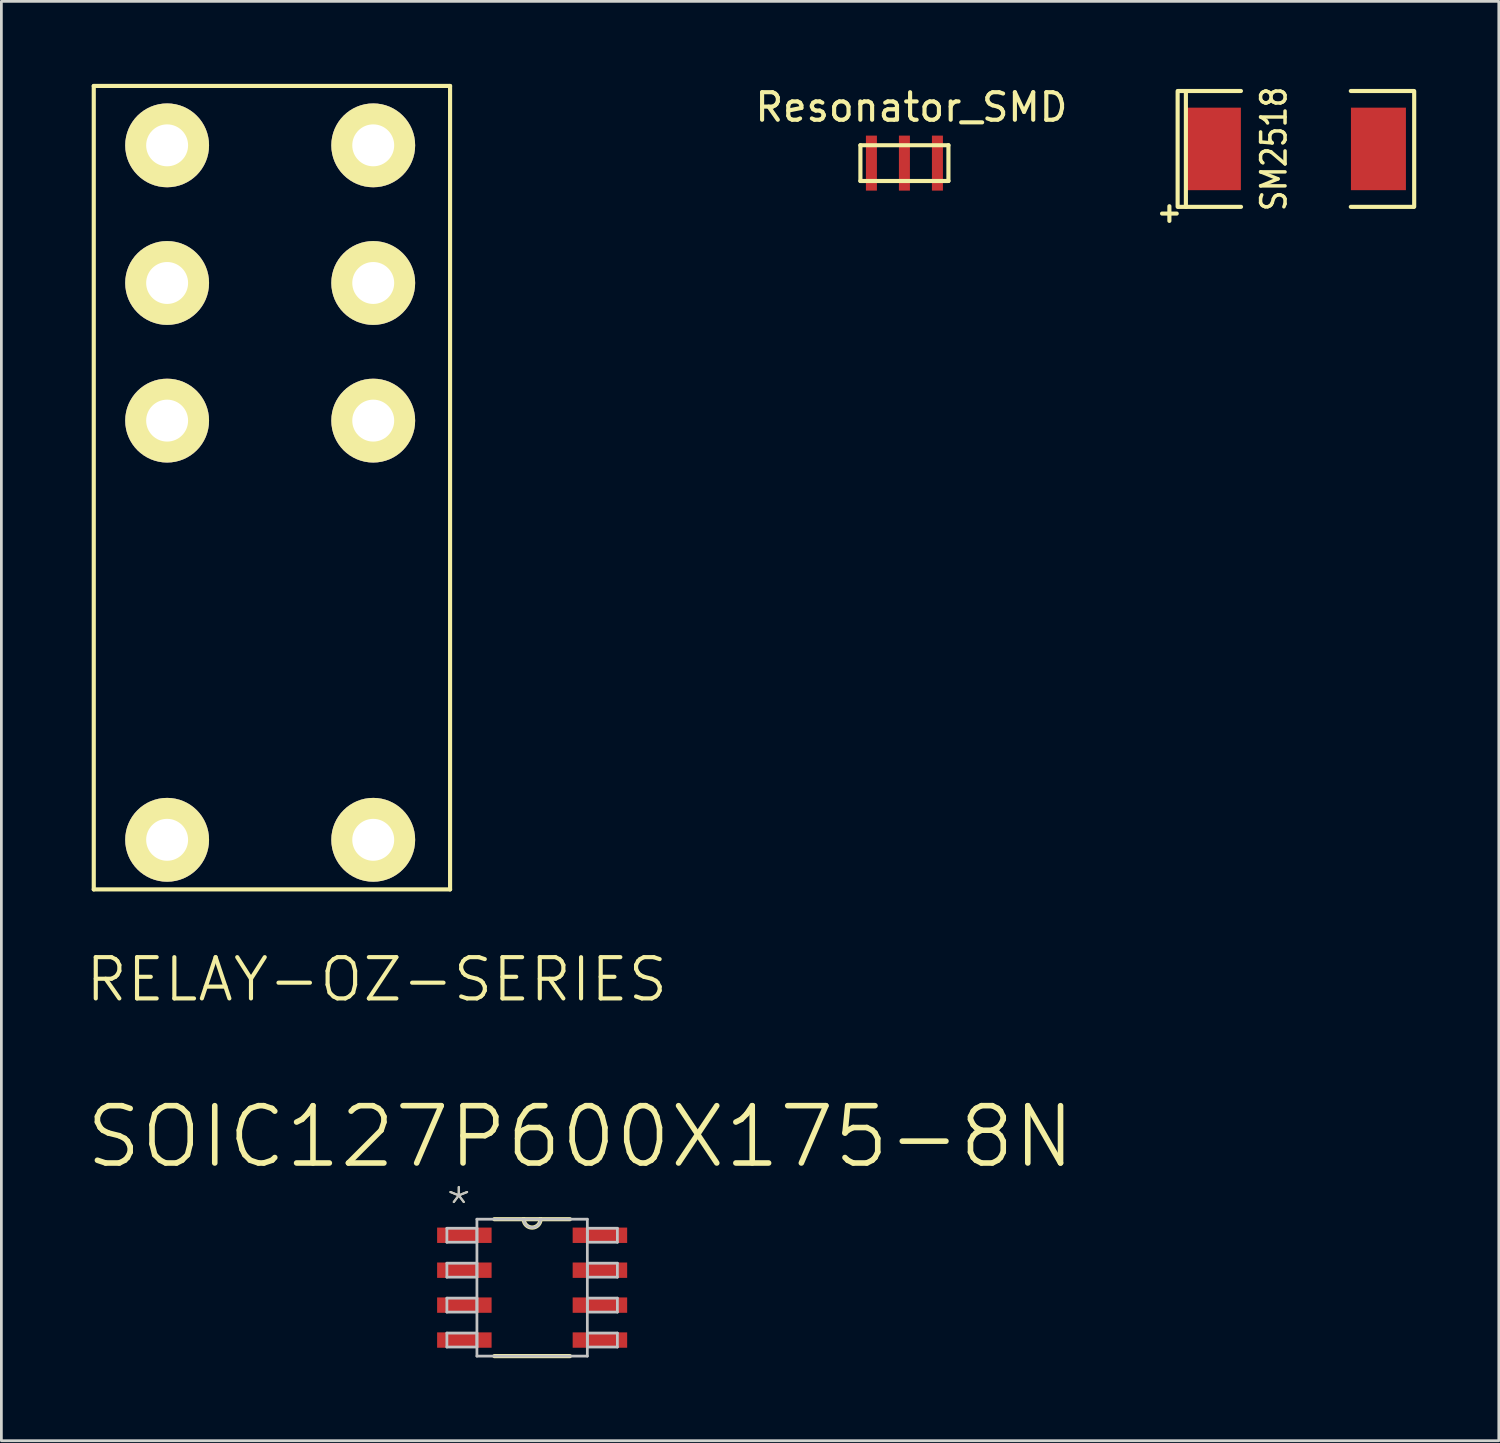
<source format=kicad_pcb>
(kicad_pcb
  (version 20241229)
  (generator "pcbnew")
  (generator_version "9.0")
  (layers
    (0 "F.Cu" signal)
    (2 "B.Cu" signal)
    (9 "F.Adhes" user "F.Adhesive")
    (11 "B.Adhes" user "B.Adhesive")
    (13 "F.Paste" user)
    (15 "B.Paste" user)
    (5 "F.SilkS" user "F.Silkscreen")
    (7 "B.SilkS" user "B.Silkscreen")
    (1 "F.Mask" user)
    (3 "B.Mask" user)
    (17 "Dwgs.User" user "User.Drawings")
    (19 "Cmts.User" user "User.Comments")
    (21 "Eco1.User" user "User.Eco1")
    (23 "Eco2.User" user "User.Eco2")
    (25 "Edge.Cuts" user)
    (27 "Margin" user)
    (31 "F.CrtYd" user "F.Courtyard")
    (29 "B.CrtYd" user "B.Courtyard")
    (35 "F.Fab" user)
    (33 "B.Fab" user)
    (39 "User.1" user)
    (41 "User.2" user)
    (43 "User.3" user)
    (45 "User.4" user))
  (footprint "Resonator_SMD"
    (layer "F.Cu")
    (at 29.831 2.88)
    (property "Reference" "Resonator_SMD" (at 0.254 -2.032 0) (layer "F.SilkS") (effects (font (size 1 1) (thickness 0.15))))
    (attr through_hole)
    (fp_line (start -1.6 -0.65) (end -1.6 0.65) (stroke (width 0.15) (type solid)) (layer "F.SilkS"))
    (fp_line (start -1.6 0.65) (end 1.6 0.65) (stroke (width 0.15) (type solid)) (layer "F.SilkS"))
    (fp_line (start 1.6 -0.65) (end -1.6 -0.65) (stroke (width 0.15) (type solid)) (layer "F.SilkS"))
    (fp_line (start 1.6 0.65) (end 1.6 -0.65) (stroke (width 0.15) (type solid)) (layer "F.SilkS"))
    (pad "1" smd rect (at -1.2 0) (size 0.4 2) (layers "F.Cu" "F.Mask" "F.Paste"))
    (pad "2" smd rect (at 0 0) (size 0.4 2) (layers "F.Cu" "F.Mask" "F.Paste"))
    (pad "3" smd rect (at 1.2 0) (size 0.4 2) (layers "F.Cu" "F.Mask" "F.Paste")))
  (footprint "RELAY-OZ-SERIES"
    (layer "F.Cu")
    (at 3.026 27.482)
    (property "Reference" "RELAY-OZ-SERIES" (at 7.62 5.08 0) (layer "F.SilkS") (effects (font (size 1.5 1.5) (thickness 0.15))))
    (attr through_hole)
    (fp_line (start -2.667 -27.407) (end 10.287 -27.407) (stroke (width 0.15) (type solid)) (layer "F.SilkS"))
    (fp_line (start -2.667 1.803) (end -2.667 -27.407) (stroke (width 0.15) (type solid)) (layer "F.SilkS"))
    (fp_line (start 10.287 -27.407) (end 10.287 1.803) (stroke (width 0.15) (type solid)) (layer "F.SilkS"))
    (fp_line (start 10.287 1.803) (end -2.667 1.803) (stroke (width 0.15) (type solid)) (layer "F.SilkS"))
    (pad "1" thru_hole circle (at 0 -25.248) (size 3.048 3.048) (drill 1.524) (layers "*.Cu" "*.Mask" "F.SilkS"))
    (pad "2" thru_hole circle (at 0 -20.244) (size 3.048 3.048) (drill 1.524) (layers "*.Cu" "*.Mask" "F.SilkS"))
    (pad "3" thru_hole circle (at 0 -15.24) (size 3.048 3.048) (drill 1.524) (layers "*.Cu" "*.Mask" "F.SilkS"))
    (pad "6" thru_hole circle (at 0 0) (size 3.048 3.048) (drill 1.524) (layers "*.Cu" "*.Mask" "F.SilkS"))
    (pad "7" thru_hole circle (at 7.493 0) (size 3.048 3.048) (drill 1.524) (layers "*.Cu" "*.Mask" "F.SilkS"))
    (pad "10" thru_hole circle (at 7.493 -15.24) (size 3.048 3.048) (drill 1.524) (layers "*.Cu" "*.Mask" "F.SilkS"))
    (pad "11" thru_hole circle (at 7.493 -20.244) (size 3.048 3.048) (drill 1.524) (layers "*.Cu" "*.Mask" "F.SilkS"))
    (pad "12" thru_hole circle (at 7.493 -25.248) (size 3.048 3.048) (drill 1.524) (layers "*.Cu" "*.Mask" "F.SilkS")))
  (footprint "SM2518"
    (layer "F.Cu")
    (at 44.064 2.364)
    (property "Reference" "SM2518" (at -0.8 0 90) (layer "F.SilkS") (effects (font (size 0.889 0.762) (thickness 0.127))))
    (attr smd)
    (fp_line (start -4.3 -2.101) (end -4.3 2.101) (stroke (width 0.15) (type solid)) (layer "F.SilkS"))
    (fp_line (start -4.282 2.106) (end -1.996 2.106) (stroke (width 0.15) (type solid)) (layer "F.SilkS"))
    (fp_line (start -4 -2.101) (end -4 2.101) (stroke (width 0.15) (type solid)) (layer "F.SilkS"))
    (fp_line (start -1.999 -2.106) (end -4.285 -2.106) (stroke (width 0.15) (type solid)) (layer "F.SilkS"))
    (fp_line (start 1.996 2.106) (end 4.282 2.106) (stroke (width 0.15) (type solid)) (layer "F.SilkS"))
    (fp_line (start 4.282 -2.106) (end 1.996 -2.106) (stroke (width 0.15) (type solid)) (layer "F.SilkS"))
    (fp_line (start 4.3 -2.101) (end 4.3 2.101) (stroke (width 0.15) (type solid)) (layer "F.SilkS"))
    (fp_text user "+" (at -4.6 2.301 0) (layer "F.SilkS") (effects (font (size 0.7 0.7) (thickness 0.15))))
    (pad "1" smd rect (at -3 0) (size 1.999 3) (layers "F.Cu" "F.Mask" "F.Paste"))
    (pad "2" smd rect (at 3 0) (size 1.999 3) (layers "F.Cu" "F.Mask" "F.Paste")))
  (footprint "SOIC127P600X175-8N"
    (layer "F.Cu")
    (at 16.296 43.764)
    (property "Reference" "SOIC127P600X175-8N" (at 1.753 -5.486 0) (layer "F.SilkS") (effects (font (size 2.083 2.083) (thickness 0.203))))
    (attr smd)
    (fp_line (start -1.372 2.489) (end 1.372 2.489) (stroke (width 0.152) (type solid)) (layer "F.SilkS"))
    (fp_line (start -0.305 -2.489) (end -1.372 -2.489) (stroke (width 0.152) (type solid)) (layer "F.SilkS"))
    (fp_line (start 0.305 -2.489) (end -0.305 -2.489) (stroke (width 0.152) (type solid)) (layer "F.SilkS"))
    (fp_line (start 1.372 -2.489) (end 0.305 -2.489) (stroke (width 0.152) (type solid)) (layer "F.SilkS"))
    (fp_arc (start 0.3048 -2.4892) (mid 0 -2.1844) (end -0.3048 -2.4892) (stroke (width 0.1524) (type solid)) (layer "F.SilkS"))
    (fp_line (start -3.099 -2.159) (end -3.099 -1.651) (stroke (width 0.1) (type solid)) (layer "Dwgs.User"))
    (fp_line (start -3.099 -1.651) (end -2.007 -1.651) (stroke (width 0.1) (type solid)) (layer "Dwgs.User"))
    (fp_line (start -3.099 -0.889) (end -3.099 -0.381) (stroke (width 0.1) (type solid)) (layer "Dwgs.User"))
    (fp_line (start -3.099 -0.381) (end -2.007 -0.381) (stroke (width 0.1) (type solid)) (layer "Dwgs.User"))
    (fp_line (start -3.099 0.381) (end -3.099 0.889) (stroke (width 0.1) (type solid)) (layer "Dwgs.User"))
    (fp_line (start -3.099 0.889) (end -2.007 0.889) (stroke (width 0.1) (type solid)) (layer "Dwgs.User"))
    (fp_line (start -3.099 1.651) (end -3.099 2.159) (stroke (width 0.1) (type solid)) (layer "Dwgs.User"))
    (fp_line (start -3.099 2.159) (end -2.007 2.159) (stroke (width 0.1) (type solid)) (layer "Dwgs.User"))
    (fp_line (start -2.007 -2.489) (end -2.007 2.489) (stroke (width 0.1) (type solid)) (layer "Dwgs.User"))
    (fp_line (start -2.007 -2.159) (end -3.099 -2.159) (stroke (width 0.1) (type solid)) (layer "Dwgs.User"))
    (fp_line (start -2.007 -1.651) (end -2.007 -2.159) (stroke (width 0.1) (type solid)) (layer "Dwgs.User"))
    (fp_line (start -2.007 -0.889) (end -3.099 -0.889) (stroke (width 0.1) (type solid)) (layer "Dwgs.User"))
    (fp_line (start -2.007 -0.381) (end -2.007 -0.889) (stroke (width 0.1) (type solid)) (layer "Dwgs.User"))
    (fp_line (start -2.007 0.381) (end -3.099 0.381) (stroke (width 0.1) (type solid)) (layer "Dwgs.User"))
    (fp_line (start -2.007 0.889) (end -2.007 0.381) (stroke (width 0.1) (type solid)) (layer "Dwgs.User"))
    (fp_line (start -2.007 1.651) (end -3.099 1.651) (stroke (width 0.1) (type solid)) (layer "Dwgs.User"))
    (fp_line (start -2.007 2.159) (end -2.007 1.651) (stroke (width 0.1) (type solid)) (layer "Dwgs.User"))
    (fp_line (start -2.007 2.489) (end 2.007 2.489) (stroke (width 0.1) (type solid)) (layer "Dwgs.User"))
    (fp_line (start -0.305 -2.489) (end -2.007 -2.489) (stroke (width 0.1) (type solid)) (layer "Dwgs.User"))
    (fp_line (start 0.305 -2.489) (end -0.305 -2.489) (stroke (width 0.1) (type solid)) (layer "Dwgs.User"))
    (fp_line (start 2.007 -2.489) (end 0.305 -2.489) (stroke (width 0.1) (type solid)) (layer "Dwgs.User"))
    (fp_line (start 2.007 -2.159) (end 2.007 -1.651) (stroke (width 0.1) (type solid)) (layer "Dwgs.User"))
    (fp_line (start 2.007 -1.651) (end 3.099 -1.651) (stroke (width 0.1) (type solid)) (layer "Dwgs.User"))
    (fp_line (start 2.007 -0.889) (end 2.007 -0.381) (stroke (width 0.1) (type solid)) (layer "Dwgs.User"))
    (fp_line (start 2.007 -0.381) (end 3.099 -0.381) (stroke (width 0.1) (type solid)) (layer "Dwgs.User"))
    (fp_line (start 2.007 0.381) (end 2.007 0.889) (stroke (width 0.1) (type solid)) (layer "Dwgs.User"))
    (fp_line (start 2.007 0.889) (end 3.099 0.889) (stroke (width 0.1) (type solid)) (layer "Dwgs.User"))
    (fp_line (start 2.007 1.651) (end 2.007 2.159) (stroke (width 0.1) (type solid)) (layer "Dwgs.User"))
    (fp_line (start 2.007 2.159) (end 3.099 2.159) (stroke (width 0.1) (type solid)) (layer "Dwgs.User"))
    (fp_line (start 2.007 2.489) (end 2.007 -2.489) (stroke (width 0.1) (type solid)) (layer "Dwgs.User"))
    (fp_line (start 3.099 -2.159) (end 2.007 -2.159) (stroke (width 0.1) (type solid)) (layer "Dwgs.User"))
    (fp_line (start 3.099 -1.651) (end 3.099 -2.159) (stroke (width 0.1) (type solid)) (layer "Dwgs.User"))
    (fp_line (start 3.099 -0.889) (end 2.007 -0.889) (stroke (width 0.1) (type solid)) (layer "Dwgs.User"))
    (fp_line (start 3.099 -0.381) (end 3.099 -0.889) (stroke (width 0.1) (type solid)) (layer "Dwgs.User"))
    (fp_line (start 3.099 0.381) (end 2.007 0.381) (stroke (width 0.1) (type solid)) (layer "Dwgs.User"))
    (fp_line (start 3.099 0.889) (end 3.099 0.381) (stroke (width 0.1) (type solid)) (layer "Dwgs.User"))
    (fp_line (start 3.099 1.651) (end 2.007 1.651) (stroke (width 0.1) (type solid)) (layer "Dwgs.User"))
    (fp_line (start 3.099 2.159) (end 3.099 1.651) (stroke (width 0.1) (type solid)) (layer "Dwgs.User"))
    (fp_arc (start 0.3048 -2.4892) (mid 0 -2.1844) (end -0.3048 -2.4892) (stroke (width 0.1) (type solid)) (layer "Dwgs.User"))
    (fp_text user "*" (at -2.667 -2.972 0) (layer "F.SilkS") (effects (font (size 1.27 1.27) (thickness 0.076))))
    (fp_text user "*" (at -2.667 -2.972 0) (layer "Dwgs.User") (effects (font (size 1.27 1.27) (thickness 0.076))))
    (pad "1" smd rect (at -2.464 -1.905) (size 1.981 0.559) (layers "F.Cu" "F.Mask" "F.Paste"))
    (pad "2" smd rect (at -2.464 -0.635) (size 1.981 0.559) (layers "F.Cu" "F.Mask" "F.Paste"))
    (pad "3" smd rect (at -2.464 0.635) (size 1.981 0.559) (layers "F.Cu" "F.Mask" "F.Paste"))
    (pad "4" smd rect (at -2.464 1.905) (size 1.981 0.559) (layers "F.Cu" "F.Mask" "F.Paste"))
    (pad "5" smd rect (at 2.464 1.905) (size 1.981 0.559) (layers "F.Cu" "F.Mask" "F.Paste"))
    (pad "6" smd rect (at 2.464 0.635) (size 1.981 0.559) (layers "F.Cu" "F.Mask" "F.Paste"))
    (pad "7" smd rect (at 2.464 -0.635) (size 1.981 0.559) (layers "F.Cu" "F.Mask" "F.Paste"))
    (pad "8" smd rect (at 2.464 -1.905) (size 1.981 0.559) (layers "F.Cu" "F.Mask" "F.Paste")))
  (gr_rect
    (start -3 -3)
    (end 51.44 49.329)
    (stroke (width 0.1) (type default))
    (fill no)
    (layer "Edge.Cuts")))
</source>
